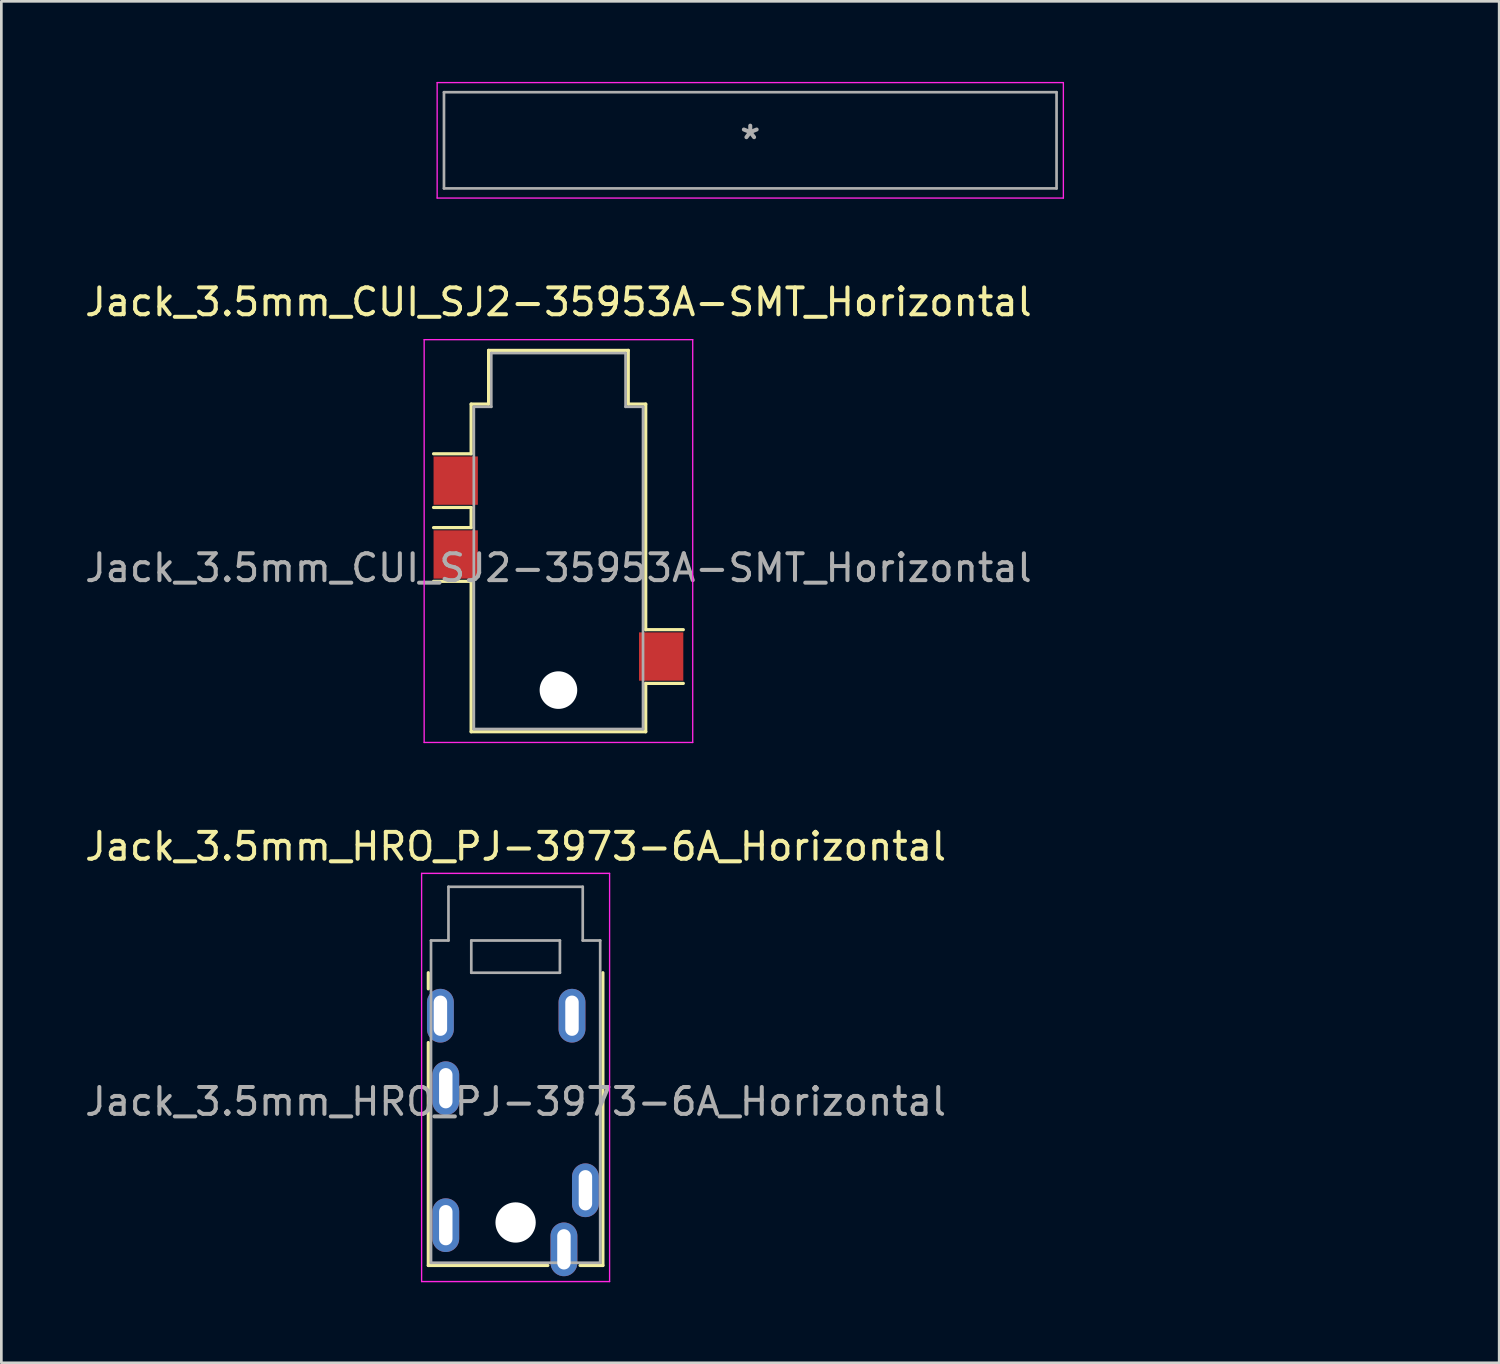
<source format=kicad_pcb>
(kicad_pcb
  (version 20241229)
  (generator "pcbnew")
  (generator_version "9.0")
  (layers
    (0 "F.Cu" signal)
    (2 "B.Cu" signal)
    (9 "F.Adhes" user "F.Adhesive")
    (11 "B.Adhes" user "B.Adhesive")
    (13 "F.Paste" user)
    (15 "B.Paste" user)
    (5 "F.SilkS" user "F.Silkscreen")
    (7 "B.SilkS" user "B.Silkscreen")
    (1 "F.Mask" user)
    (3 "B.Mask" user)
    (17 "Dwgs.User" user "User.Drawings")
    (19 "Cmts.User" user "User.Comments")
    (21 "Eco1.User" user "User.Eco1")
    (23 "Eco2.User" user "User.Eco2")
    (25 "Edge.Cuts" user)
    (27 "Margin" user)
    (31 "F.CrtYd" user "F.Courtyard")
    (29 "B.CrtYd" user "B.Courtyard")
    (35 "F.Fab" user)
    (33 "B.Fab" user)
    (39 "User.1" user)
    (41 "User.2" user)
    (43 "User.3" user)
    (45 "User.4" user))
  (footprint "Jack_3.5mm_CUI_SJ2-35953A-SMT_Horizontal"
    (layer "F.Cu")
    (at 17.744 18.097)
    (property "Reference" "Jack_3.5mm_CUI_SJ2-35953A-SMT_Horizontal" (at 0 -9.9 0) (layer "F.SilkS") (effects (font (size 1 1) (thickness 0.15))))
    (attr smd)
    (fp_line (start -3.25 -6.1) (end -2.6 -6.1) (stroke (width 0.12) (type solid)) (layer "F.SilkS"))
    (fp_line (start -3.25 -4.25) (end -4.65 -4.25) (stroke (width 0.12) (type solid)) (layer "F.SilkS"))
    (fp_line (start -3.25 -4.25) (end -3.25 -6.1) (stroke (width 0.12) (type solid)) (layer "F.SilkS"))
    (fp_line (start -3.25 -2.25) (end -4.65 -2.25) (stroke (width 0.12) (type solid)) (layer "F.SilkS"))
    (fp_line (start -3.25 -1.5) (end -4.65 -1.5) (stroke (width 0.12) (type solid)) (layer "F.SilkS"))
    (fp_line (start -3.25 -1.5) (end -3.25 -2.25) (stroke (width 0.12) (type solid)) (layer "F.SilkS"))
    (fp_line (start -3.25 0.5) (end -4.65 0.5) (stroke (width 0.12) (type solid)) (layer "F.SilkS"))
    (fp_line (start -3.25 6.1) (end -3.25 0.5) (stroke (width 0.12) (type solid)) (layer "F.SilkS"))
    (fp_line (start -2.6 -8.1) (end 2.6 -8.1) (stroke (width 0.12) (type solid)) (layer "F.SilkS"))
    (fp_line (start -2.6 -6.1) (end -2.6 -8.1) (stroke (width 0.12) (type solid)) (layer "F.SilkS"))
    (fp_line (start 2.6 -6.1) (end 2.6 -8.1) (stroke (width 0.12) (type solid)) (layer "F.SilkS"))
    (fp_line (start 2.6 -6.1) (end 3.25 -6.1) (stroke (width 0.12) (type solid)) (layer "F.SilkS"))
    (fp_line (start 3.25 -6.1) (end 3.25 2.3) (stroke (width 0.12) (type solid)) (layer "F.SilkS"))
    (fp_line (start 3.25 4.3) (end 3.25 6.1) (stroke (width 0.12) (type solid)) (layer "F.SilkS"))
    (fp_line (start 3.25 6.1) (end -3.25 6.1) (stroke (width 0.12) (type solid)) (layer "F.SilkS"))
    (fp_line (start 4.65 2.3) (end 3.25 2.3) (stroke (width 0.12) (type solid)) (layer "F.SilkS"))
    (fp_line (start 4.65 4.3) (end 3.25 4.3) (stroke (width 0.12) (type solid)) (layer "F.SilkS"))
    (fp_line (start -5 -8.5) (end 5 -8.5) (stroke (width 0.05) (type solid)) (layer "F.CrtYd"))
    (fp_line (start -5 6.5) (end -5 -8.5) (stroke (width 0.05) (type solid)) (layer "F.CrtYd"))
    (fp_line (start 5 -8.5) (end 5 6.5) (stroke (width 0.05) (type solid)) (layer "F.CrtYd"))
    (fp_line (start 5 6.5) (end -5 6.5) (stroke (width 0.05) (type solid)) (layer "F.CrtYd"))
    (fp_line (start -3.15 -6) (end -2.5 -6) (stroke (width 0.1) (type solid)) (layer "F.Fab"))
    (fp_line (start -3.15 6) (end -3.15 -6) (stroke (width 0.1) (type solid)) (layer "F.Fab"))
    (fp_line (start -2.5 -8) (end 2.5 -8) (stroke (width 0.1) (type solid)) (layer "F.Fab"))
    (fp_line (start -2.5 -6) (end -2.5 -8) (stroke (width 0.1) (type solid)) (layer "F.Fab"))
    (fp_line (start 2.5 -8) (end 2.5 -6) (stroke (width 0.1) (type solid)) (layer "F.Fab"))
    (fp_line (start 2.5 -6) (end 3.15 -6) (stroke (width 0.1) (type solid)) (layer "F.Fab"))
    (fp_line (start 3.15 -6) (end 3.15 6) (stroke (width 0.1) (type solid)) (layer "F.Fab"))
    (fp_line (start 3.15 6) (end -3.15 6) (stroke (width 0.1) (type solid)) (layer "F.Fab"))
    (fp_text user "${REFERENCE}" (at 0 0 0) (layer "F.Fab") (effects (font (size 1 1) (thickness 0.15))))
    (pad "" np_thru_hole circle (at 0 4.55) (size 1.4 1.4) (drill 1.4) (layers "*.Cu" "*.Mask"))
    (pad "R" smd rect (at -3.825 -0.5) (size 1.65 1.8) (layers "F.Cu" "F.Mask" "F.Paste"))
    (pad "S" smd rect (at -3.825 -3.25) (size 1.65 1.8) (layers "F.Cu" "F.Mask" "F.Paste"))
    (pad "T" smd rect (at 3.825 3.3) (size 1.65 1.8) (layers "F.Cu" "F.Mask" "F.Paste")))
  (footprint "Hirose_DF40_DF40C-100DS-0.4V_2x50_P0.40mm_Vertical_Virtual"
    (layer "F.Cu")
    (at 24.887 2.175)
    (property "Reference" "Hirose_DF40_DF40C-100DS-0.4V_2x50_P0.40mm_Vertical_Virtual" (at 0 0 0) (layer "Eco1.User") (effects (font (size 1 1) (thickness 0.15))))
    (fp_line (start -11.532 -1.918) (end -11.532 1.918) (stroke (width 0.12) (type solid)) (layer "Eco1.User"))
    (fp_line (start -11.532 1.918) (end -10.246 1.918) (stroke (width 0.12) (type solid)) (layer "Eco1.User"))
    (fp_line (start -10.246 -1.918) (end -11.532 -1.918) (stroke (width 0.12) (type solid)) (layer "Eco1.User"))
    (fp_line (start 10.246 1.918) (end 11.532 1.918) (stroke (width 0.12) (type solid)) (layer "Eco1.User"))
    (fp_line (start 11.532 -1.918) (end 10.246 -1.918) (stroke (width 0.12) (type solid)) (layer "Eco1.User"))
    (fp_line (start 11.532 1.918) (end 11.532 -1.918) (stroke (width 0.12) (type solid)) (layer "Eco1.User"))
    (fp_circle (center -12.167 -1.54) (end -11.786 -1.54) (stroke (width 0.12) (type solid)) (fill no) (layer "Eco1.User"))
    (fp_line (start -11.659 -2.15) (end -11.659 2.15) (stroke (width 0.05) (type solid)) (layer "F.CrtYd"))
    (fp_line (start -11.659 2.15) (end 11.659 2.15) (stroke (width 0.05) (type solid)) (layer "F.CrtYd"))
    (fp_line (start 11.659 -2.15) (end -11.659 -2.15) (stroke (width 0.05) (type solid)) (layer "F.CrtYd"))
    (fp_line (start 11.659 2.15) (end 11.659 -2.15) (stroke (width 0.05) (type solid)) (layer "F.CrtYd"))
    (fp_line (start -11.405 -1.791) (end -11.405 1.791) (stroke (width 0.1) (type solid)) (layer "F.Fab"))
    (fp_line (start -11.405 1.791) (end 11.405 1.791) (stroke (width 0.1) (type solid)) (layer "F.Fab"))
    (fp_line (start 11.405 -1.791) (end -11.405 -1.791) (stroke (width 0.1) (type solid)) (layer "F.Fab"))
    (fp_line (start 11.405 1.791) (end 11.405 -1.791) (stroke (width 0.1) (type solid)) (layer "F.Fab"))
    (fp_text user "*" (at 0 0 0) (layer "Eco1.User") (effects (font (size 1 1) (thickness 0.15))))
    (fp_text user "*" (at 0 0 0) (layer "F.Fab") (effects (font (size 1 1) (thickness 0.15)))))
  (footprint "Jack_3.5mm_HRO_PJ-3973-6A_Horizontal"
    (layer "F.Cu")
    (at 16.149 31.971)
    (property "Reference" "Jack_3.5mm_HRO_PJ-3973-6A_Horizontal" (at 0 -3.5 0) (layer "F.SilkS") (effects (font (size 1 1) (thickness 0.15))))
    (attr smd)
    (fp_line (start -3.25 1.8) (end -3.25 1.2) (stroke (width 0.12) (type solid)) (layer "F.SilkS"))
    (fp_line (start -3.25 12.1) (end -3.25 3.8) (stroke (width 0.12) (type solid)) (layer "F.SilkS"))
    (fp_line (start 1.2 12.1) (end -3.25 12.1) (stroke (width 0.12) (type solid)) (layer "F.SilkS"))
    (fp_line (start 3.25 1.2) (end 3.25 12.1) (stroke (width 0.12) (type solid)) (layer "F.SilkS"))
    (fp_line (start 3.25 12.1) (end 2.4 12.1) (stroke (width 0.12) (type solid)) (layer "F.SilkS"))
    (fp_line (start -3.5 -2.5) (end 3.5 -2.5) (stroke (width 0.05) (type solid)) (layer "F.CrtYd"))
    (fp_line (start -3.5 12.7) (end -3.5 -2.5) (stroke (width 0.05) (type solid)) (layer "F.CrtYd"))
    (fp_line (start 3.5 -2.5) (end 3.5 12.7) (stroke (width 0.05) (type solid)) (layer "F.CrtYd"))
    (fp_line (start 3.5 12.7) (end -3.5 12.7) (stroke (width 0.05) (type solid)) (layer "F.CrtYd"))
    (fp_line (start -3.15 0) (end -2.5 0) (stroke (width 0.1) (type solid)) (layer "F.Fab"))
    (fp_line (start -3.15 12) (end -3.15 0) (stroke (width 0.1) (type solid)) (layer "F.Fab"))
    (fp_line (start -2.5 -2) (end 2.5 -2) (stroke (width 0.1) (type solid)) (layer "F.Fab"))
    (fp_line (start -2.5 0) (end -2.5 -2) (stroke (width 0.1) (type solid)) (layer "F.Fab"))
    (fp_line (start -1.65 0) (end 1.65 0) (stroke (width 0.1) (type solid)) (layer "F.Fab"))
    (fp_line (start -1.65 1.2) (end -1.65 0) (stroke (width 0.1) (type solid)) (layer "F.Fab"))
    (fp_line (start -1.65 1.2) (end 1.65 1.2) (stroke (width 0.1) (type solid)) (layer "F.Fab"))
    (fp_line (start 1.65 1.2) (end 1.65 0) (stroke (width 0.1) (type solid)) (layer "F.Fab"))
    (fp_line (start 2.5 -2) (end 2.5 0) (stroke (width 0.1) (type solid)) (layer "F.Fab"))
    (fp_line (start 2.5 0) (end 3.15 0) (stroke (width 0.1) (type solid)) (layer "F.Fab"))
    (fp_line (start 3.15 0) (end 3.15 12) (stroke (width 0.1) (type solid)) (layer "F.Fab"))
    (fp_line (start 3.15 12) (end -3.15 12) (stroke (width 0.1) (type solid)) (layer "F.Fab"))
    (fp_text user "${REFERENCE}" (at 0 6 0) (layer "F.Fab") (effects (font (size 1 1) (thickness 0.15))))
    (pad "" np_thru_hole circle (at 0 10.5) (size 1.5 1.5) (drill 1.5) (layers "*.Cu" "*.Mask"))
    (pad "R1" thru_hole oval (at -2.6 5.5 90) (size 2 1) (drill oval 1.5 0.5) (layers "*.Cu" "*.Mask"))
    (pad "R1N" thru_hole oval (at -2.6 10.6 90) (size 2 1) (drill oval 1.5 0.5) (layers "*.Cu" "*.Mask"))
    (pad "R2" thru_hole oval (at 2.1 2.8 90) (size 2 1) (drill oval 1.5 0.5) (layers "*.Cu" "*.Mask"))
    (pad "S" thru_hole oval (at -2.8 2.8 90) (size 2 1) (drill oval 1.5 0.5) (layers "*.Cu" "*.Mask"))
    (pad "T" thru_hole oval (at 2.6 9.3 90) (size 2 1) (drill oval 1.5 0.5) (layers "*.Cu" "*.Mask"))
    (pad "TN" thru_hole oval (at 1.8 11.5 90) (size 2 1) (drill oval 1.5 0.5) (layers "*.Cu" "*.Mask")))
  (gr_rect
    (start -3 -3)
    (end 52.774 47.696)
    (stroke (width 0.1) (type default))
    (fill no)
    (layer "Edge.Cuts")))
</source>
